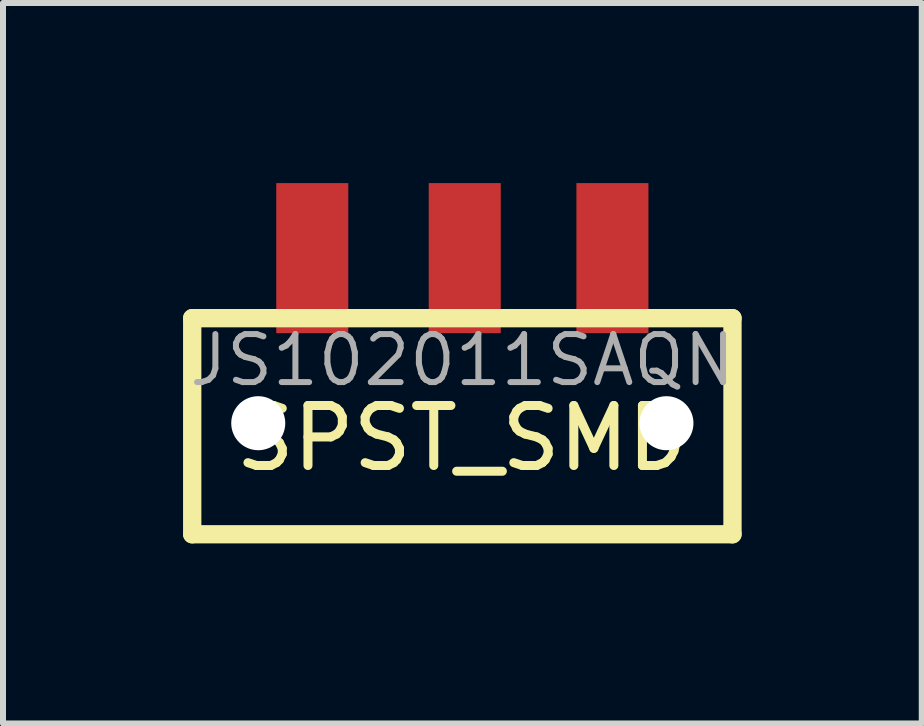
<source format=kicad_pcb>
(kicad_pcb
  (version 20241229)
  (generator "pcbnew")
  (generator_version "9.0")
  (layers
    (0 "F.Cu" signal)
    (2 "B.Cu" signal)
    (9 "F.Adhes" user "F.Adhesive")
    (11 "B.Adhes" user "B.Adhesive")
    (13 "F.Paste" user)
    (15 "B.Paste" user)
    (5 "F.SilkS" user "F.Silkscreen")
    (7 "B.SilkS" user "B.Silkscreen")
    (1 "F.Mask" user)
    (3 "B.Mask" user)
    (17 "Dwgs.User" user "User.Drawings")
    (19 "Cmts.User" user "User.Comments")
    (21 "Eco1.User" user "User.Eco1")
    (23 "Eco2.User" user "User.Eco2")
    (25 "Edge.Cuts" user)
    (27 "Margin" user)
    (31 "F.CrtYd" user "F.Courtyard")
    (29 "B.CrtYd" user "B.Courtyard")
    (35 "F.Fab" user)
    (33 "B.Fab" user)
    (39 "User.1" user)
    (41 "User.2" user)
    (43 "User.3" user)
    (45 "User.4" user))
  (footprint "SPST_SMD"
    (layer "F.Cu")
    (at 4.652 1.25)
    (property "Reference" "SPST_SMD" (at 0 3 0) (layer "F.SilkS") (effects (font (size 1 1) (thickness 0.15))))
    (attr through_hole)
    (fp_line (start -4.5 1) (end -4.5 4.6) (stroke (width 0.305) (type solid)) (layer "F.SilkS"))
    (fp_line (start -4.5 1) (end 4.5 1) (stroke (width 0.305) (type solid)) (layer "F.SilkS"))
    (fp_line (start -4.5 4.6) (end 4.5 4.6) (stroke (width 0.305) (type solid)) (layer "F.SilkS"))
    (fp_line (start 4.5 1) (end 4.5 4.6) (stroke (width 0.305) (type solid)) (layer "F.SilkS"))
    (fp_text user "JS102011SAQN" (at 0 1.7 0) (layer "F.Fab") (effects (font (size 0.8 0.8) (thickness 0.1))))
    (pad "" np_thru_hole circle (at -3.4 2.75) (size 0.9 0.9) (drill 0.9) (layers "*.Cu" "*.Mask"))
    (pad "" np_thru_hole circle (at 3.4 2.75) (size 0.9 0.9) (drill 0.9) (layers "*.Cu" "*.Mask"))
    (pad "1" smd rect (at -2.5 0) (size 1.2 2.5) (layers "F.Cu" "F.Mask" "F.Paste"))
    (pad "2" smd rect (at 0.04 0) (size 1.2 2.5) (layers "F.Cu" "F.Mask" "F.Paste"))
    (pad "3" smd rect (at 2.5 0) (size 1.2 2.5) (layers "F.Cu" "F.Mask" "F.Paste")))
  (gr_rect
    (start -3 -3)
    (end 12.305 9.002)
    (stroke (width 0.1) (type default))
    (fill no)
    (layer "Edge.Cuts")))
</source>
